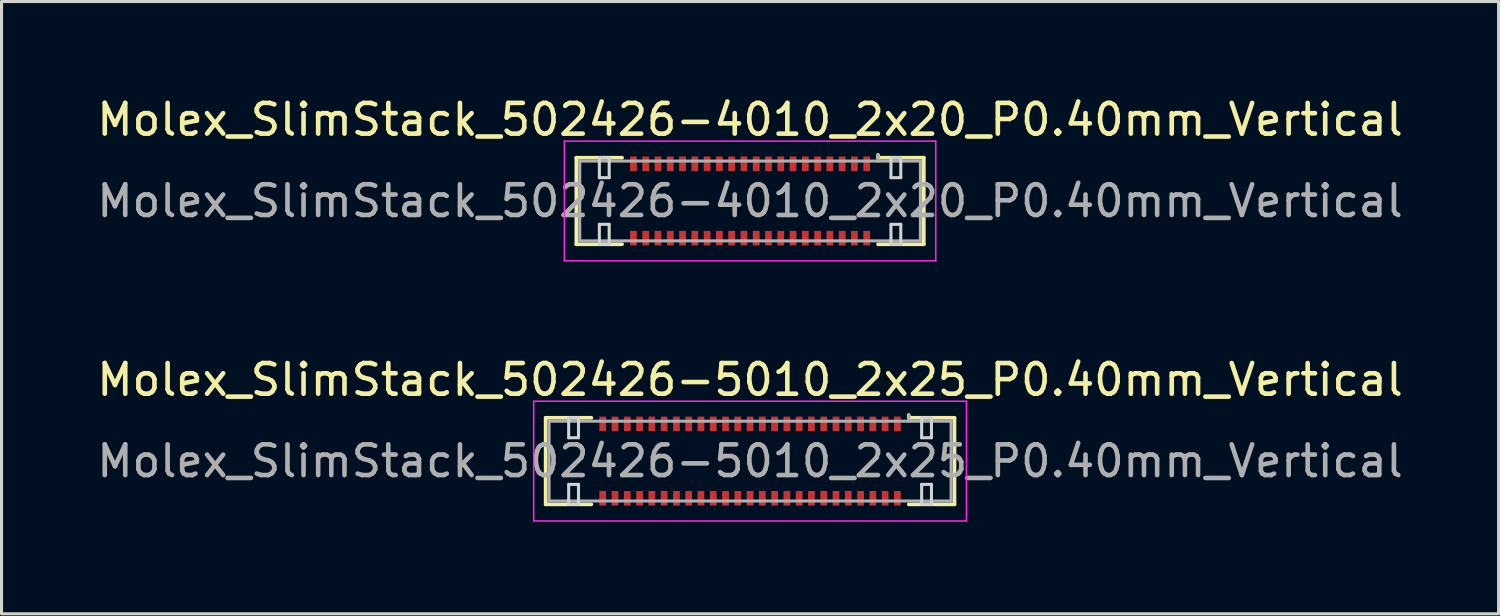
<source format=kicad_pcb>
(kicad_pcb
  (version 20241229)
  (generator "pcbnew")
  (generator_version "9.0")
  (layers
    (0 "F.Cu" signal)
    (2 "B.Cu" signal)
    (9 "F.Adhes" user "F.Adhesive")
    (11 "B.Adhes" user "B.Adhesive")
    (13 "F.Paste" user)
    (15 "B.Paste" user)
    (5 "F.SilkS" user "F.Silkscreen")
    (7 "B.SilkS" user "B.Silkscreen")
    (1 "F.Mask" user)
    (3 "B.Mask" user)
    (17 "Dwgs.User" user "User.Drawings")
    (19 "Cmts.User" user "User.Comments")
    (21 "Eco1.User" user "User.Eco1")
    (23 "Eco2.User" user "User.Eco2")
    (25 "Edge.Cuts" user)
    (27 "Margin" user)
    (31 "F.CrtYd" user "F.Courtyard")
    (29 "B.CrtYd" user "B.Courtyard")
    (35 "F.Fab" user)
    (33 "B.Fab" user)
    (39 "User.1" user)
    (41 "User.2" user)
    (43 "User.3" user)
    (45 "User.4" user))
  (footprint "Molex_SlimStack_502426-5010_2x25_P0.40mm_Vertical"
    (layer "F.Cu")
    (at 21.387 11.972)
    (property "Reference" "Molex_SlimStack_502426-5010_2x25_P0.40mm_Vertical" (at 0 -2.65 0) (layer "F.SilkS") (effects (font (size 1 1) (thickness 0.15))))
    (attr smd)
    (fp_line (start -6.66 -1.41) (end -5.17 -1.41) (stroke (width 0.12) (type solid)) (layer "F.SilkS"))
    (fp_line (start -6.66 1.41) (end -6.66 -1.41) (stroke (width 0.12) (type solid)) (layer "F.SilkS"))
    (fp_line (start -5.17 1.41) (end -6.66 1.41) (stroke (width 0.12) (type solid)) (layer "F.SilkS"))
    (fp_line (start 5.17 -1.41) (end 5.17 -1.5) (stroke (width 0.12) (type solid)) (layer "F.SilkS"))
    (fp_line (start 5.17 1.41) (end 6.66 1.41) (stroke (width 0.12) (type solid)) (layer "F.SilkS"))
    (fp_line (start 6.66 -1.41) (end 5.17 -1.41) (stroke (width 0.12) (type solid)) (layer "F.SilkS"))
    (fp_line (start 6.66 1.41) (end 6.66 -1.41) (stroke (width 0.12) (type solid)) (layer "F.SilkS"))
    (fp_line (start -5.91 -1.41) (end -5.91 -0.76) (stroke (width 0.1) (type solid)) (layer "Edge.Cuts"))
    (fp_line (start -5.91 -0.76) (end -5.59 -0.76) (stroke (width 0.1) (type solid)) (layer "Edge.Cuts"))
    (fp_line (start -5.91 0.76) (end -5.91 1.41) (stroke (width 0.1) (type solid)) (layer "Edge.Cuts"))
    (fp_line (start -5.91 1.41) (end -5.59 1.41) (stroke (width 0.1) (type solid)) (layer "Edge.Cuts"))
    (fp_line (start -5.59 -1.41) (end -5.91 -1.41) (stroke (width 0.1) (type solid)) (layer "Edge.Cuts"))
    (fp_line (start -5.59 -0.76) (end -5.59 -1.41) (stroke (width 0.1) (type solid)) (layer "Edge.Cuts"))
    (fp_line (start -5.59 0.76) (end -5.91 0.76) (stroke (width 0.1) (type solid)) (layer "Edge.Cuts"))
    (fp_line (start -5.59 1.41) (end -5.59 0.76) (stroke (width 0.1) (type solid)) (layer "Edge.Cuts"))
    (fp_line (start 5.59 -1.41) (end 5.59 -0.76) (stroke (width 0.1) (type solid)) (layer "Edge.Cuts"))
    (fp_line (start 5.59 -0.76) (end 5.91 -0.76) (stroke (width 0.1) (type solid)) (layer "Edge.Cuts"))
    (fp_line (start 5.59 0.76) (end 5.59 1.41) (stroke (width 0.1) (type solid)) (layer "Edge.Cuts"))
    (fp_line (start 5.59 1.41) (end 5.91 1.41) (stroke (width 0.1) (type solid)) (layer "Edge.Cuts"))
    (fp_line (start 5.91 -1.41) (end 5.59 -1.41) (stroke (width 0.1) (type solid)) (layer "Edge.Cuts"))
    (fp_line (start 5.91 -0.76) (end 5.91 -1.41) (stroke (width 0.1) (type solid)) (layer "Edge.Cuts"))
    (fp_line (start 5.91 0.76) (end 5.59 0.76) (stroke (width 0.1) (type solid)) (layer "Edge.Cuts"))
    (fp_line (start 5.91 1.41) (end 5.91 0.76) (stroke (width 0.1) (type solid)) (layer "Edge.Cuts"))
    (fp_line (start -7.05 -1.95) (end -7.05 1.95) (stroke (width 0.05) (type solid)) (layer "F.CrtYd"))
    (fp_line (start -7.05 1.95) (end 7.05 1.95) (stroke (width 0.05) (type solid)) (layer "F.CrtYd"))
    (fp_line (start 7.05 -1.95) (end -7.05 -1.95) (stroke (width 0.05) (type solid)) (layer "F.CrtYd"))
    (fp_line (start 7.05 1.95) (end 7.05 -1.95) (stroke (width 0.05) (type solid)) (layer "F.CrtYd"))
    (fp_line (start -6.55 -1.3) (end -6.55 1.3) (stroke (width 0.1) (type solid)) (layer "F.Fab"))
    (fp_line (start -6.55 1.3) (end 6.55 1.3) (stroke (width 0.1) (type solid)) (layer "F.Fab"))
    (fp_line (start 5.17 -1.3) (end 5.17 -1.5) (stroke (width 0.1) (type solid)) (layer "F.Fab"))
    (fp_line (start 6.55 -1.3) (end -6.55 -1.3) (stroke (width 0.1) (type solid)) (layer "F.Fab"))
    (fp_line (start 6.55 1.3) (end 6.55 -1.3) (stroke (width 0.1) (type solid)) (layer "F.Fab"))
    (fp_text user "${REFERENCE}" (at 0 0 0) (layer "F.Fab") (effects (font (size 1 1) (thickness 0.15))))
    (pad "1" smd rect (at 4.8 -1.212) (size 0.22 0.475) (layers "F.Cu" "F.Mask" "F.Paste"))
    (pad "2" smd rect (at 4.8 1.212) (size 0.22 0.475) (layers "F.Cu" "F.Mask" "F.Paste"))
    (pad "3" smd rect (at 4.4 -1.212) (size 0.22 0.475) (layers "F.Cu" "F.Mask" "F.Paste"))
    (pad "4" smd rect (at 4.4 1.212) (size 0.22 0.475) (layers "F.Cu" "F.Mask" "F.Paste"))
    (pad "5" smd rect (at 4 -1.212) (size 0.22 0.475) (layers "F.Cu" "F.Mask" "F.Paste"))
    (pad "6" smd rect (at 4 1.212) (size 0.22 0.475) (layers "F.Cu" "F.Mask" "F.Paste"))
    (pad "7" smd rect (at 3.6 -1.212) (size 0.22 0.475) (layers "F.Cu" "F.Mask" "F.Paste"))
    (pad "8" smd rect (at 3.6 1.212) (size 0.22 0.475) (layers "F.Cu" "F.Mask" "F.Paste"))
    (pad "9" smd rect (at 3.2 -1.212) (size 0.22 0.475) (layers "F.Cu" "F.Mask" "F.Paste"))
    (pad "10" smd rect (at 3.2 1.212) (size 0.22 0.475) (layers "F.Cu" "F.Mask" "F.Paste"))
    (pad "11" smd rect (at 2.8 -1.212) (size 0.22 0.475) (layers "F.Cu" "F.Mask" "F.Paste"))
    (pad "12" smd rect (at 2.8 1.212) (size 0.22 0.475) (layers "F.Cu" "F.Mask" "F.Paste"))
    (pad "13" smd rect (at 2.4 -1.212) (size 0.22 0.475) (layers "F.Cu" "F.Mask" "F.Paste"))
    (pad "14" smd rect (at 2.4 1.212) (size 0.22 0.475) (layers "F.Cu" "F.Mask" "F.Paste"))
    (pad "15" smd rect (at 2 -1.212) (size 0.22 0.475) (layers "F.Cu" "F.Mask" "F.Paste"))
    (pad "16" smd rect (at 2 1.212) (size 0.22 0.475) (layers "F.Cu" "F.Mask" "F.Paste"))
    (pad "17" smd rect (at 1.6 -1.212) (size 0.22 0.475) (layers "F.Cu" "F.Mask" "F.Paste"))
    (pad "18" smd rect (at 1.6 1.212) (size 0.22 0.475) (layers "F.Cu" "F.Mask" "F.Paste"))
    (pad "19" smd rect (at 1.2 -1.212) (size 0.22 0.475) (layers "F.Cu" "F.Mask" "F.Paste"))
    (pad "20" smd rect (at 1.2 1.212) (size 0.22 0.475) (layers "F.Cu" "F.Mask" "F.Paste"))
    (pad "21" smd rect (at 0.8 -1.212) (size 0.22 0.475) (layers "F.Cu" "F.Mask" "F.Paste"))
    (pad "22" smd rect (at 0.8 1.212) (size 0.22 0.475) (layers "F.Cu" "F.Mask" "F.Paste"))
    (pad "23" smd rect (at 0.4 -1.212) (size 0.22 0.475) (layers "F.Cu" "F.Mask" "F.Paste"))
    (pad "24" smd rect (at 0.4 1.212) (size 0.22 0.475) (layers "F.Cu" "F.Mask" "F.Paste"))
    (pad "25" smd rect (at 0 -1.212) (size 0.22 0.475) (layers "F.Cu" "F.Mask" "F.Paste"))
    (pad "26" smd rect (at 0 1.212) (size 0.22 0.475) (layers "F.Cu" "F.Mask" "F.Paste"))
    (pad "27" smd rect (at -0.4 -1.212) (size 0.22 0.475) (layers "F.Cu" "F.Mask" "F.Paste"))
    (pad "28" smd rect (at -0.4 1.212) (size 0.22 0.475) (layers "F.Cu" "F.Mask" "F.Paste"))
    (pad "29" smd rect (at -0.8 -1.212) (size 0.22 0.475) (layers "F.Cu" "F.Mask" "F.Paste"))
    (pad "30" smd rect (at -0.8 1.212) (size 0.22 0.475) (layers "F.Cu" "F.Mask" "F.Paste"))
    (pad "31" smd rect (at -1.2 -1.212) (size 0.22 0.475) (layers "F.Cu" "F.Mask" "F.Paste"))
    (pad "32" smd rect (at -1.2 1.212) (size 0.22 0.475) (layers "F.Cu" "F.Mask" "F.Paste"))
    (pad "33" smd rect (at -1.6 -1.212) (size 0.22 0.475) (layers "F.Cu" "F.Mask" "F.Paste"))
    (pad "34" smd rect (at -1.6 1.212) (size 0.22 0.475) (layers "F.Cu" "F.Mask" "F.Paste"))
    (pad "35" smd rect (at -2 -1.212) (size 0.22 0.475) (layers "F.Cu" "F.Mask" "F.Paste"))
    (pad "36" smd rect (at -2 1.212) (size 0.22 0.475) (layers "F.Cu" "F.Mask" "F.Paste"))
    (pad "37" smd rect (at -2.4 -1.212) (size 0.22 0.475) (layers "F.Cu" "F.Mask" "F.Paste"))
    (pad "38" smd rect (at -2.4 1.212) (size 0.22 0.475) (layers "F.Cu" "F.Mask" "F.Paste"))
    (pad "39" smd rect (at -2.8 -1.212) (size 0.22 0.475) (layers "F.Cu" "F.Mask" "F.Paste"))
    (pad "40" smd rect (at -2.8 1.212) (size 0.22 0.475) (layers "F.Cu" "F.Mask" "F.Paste"))
    (pad "41" smd rect (at -3.2 -1.212) (size 0.22 0.475) (layers "F.Cu" "F.Mask" "F.Paste"))
    (pad "42" smd rect (at -3.2 1.212) (size 0.22 0.475) (layers "F.Cu" "F.Mask" "F.Paste"))
    (pad "43" smd rect (at -3.6 -1.212) (size 0.22 0.475) (layers "F.Cu" "F.Mask" "F.Paste"))
    (pad "44" smd rect (at -3.6 1.212) (size 0.22 0.475) (layers "F.Cu" "F.Mask" "F.Paste"))
    (pad "45" smd rect (at -4 -1.212) (size 0.22 0.475) (layers "F.Cu" "F.Mask" "F.Paste"))
    (pad "46" smd rect (at -4 1.212) (size 0.22 0.475) (layers "F.Cu" "F.Mask" "F.Paste"))
    (pad "47" smd rect (at -4.4 -1.212) (size 0.22 0.475) (layers "F.Cu" "F.Mask" "F.Paste"))
    (pad "48" smd rect (at -4.4 1.212) (size 0.22 0.475) (layers "F.Cu" "F.Mask" "F.Paste"))
    (pad "49" smd rect (at -4.8 -1.212) (size 0.22 0.475) (layers "F.Cu" "F.Mask" "F.Paste"))
    (pad "50" smd rect (at -4.8 1.212) (size 0.22 0.475) (layers "F.Cu" "F.Mask" "F.Paste")))
  (footprint "Molex_SlimStack_502426-4010_2x20_P0.40mm_Vertical"
    (layer "F.Cu")
    (at 21.387 3.498)
    (property "Reference" "Molex_SlimStack_502426-4010_2x20_P0.40mm_Vertical" (at 0 -2.65 0) (layer "F.SilkS") (effects (font (size 1 1) (thickness 0.15))))
    (attr smd)
    (fp_line (start -5.66 -1.41) (end -4.17 -1.41) (stroke (width 0.12) (type solid)) (layer "F.SilkS"))
    (fp_line (start -5.66 1.41) (end -5.66 -1.41) (stroke (width 0.12) (type solid)) (layer "F.SilkS"))
    (fp_line (start -4.17 1.41) (end -5.66 1.41) (stroke (width 0.12) (type solid)) (layer "F.SilkS"))
    (fp_line (start 4.17 -1.41) (end 4.17 -1.5) (stroke (width 0.12) (type solid)) (layer "F.SilkS"))
    (fp_line (start 4.17 1.41) (end 5.66 1.41) (stroke (width 0.12) (type solid)) (layer "F.SilkS"))
    (fp_line (start 5.66 -1.41) (end 4.17 -1.41) (stroke (width 0.12) (type solid)) (layer "F.SilkS"))
    (fp_line (start 5.66 1.41) (end 5.66 -1.41) (stroke (width 0.12) (type solid)) (layer "F.SilkS"))
    (fp_line (start -4.91 -1.41) (end -4.91 -0.76) (stroke (width 0.1) (type solid)) (layer "Edge.Cuts"))
    (fp_line (start -4.91 -0.76) (end -4.59 -0.76) (stroke (width 0.1) (type solid)) (layer "Edge.Cuts"))
    (fp_line (start -4.91 0.76) (end -4.91 1.41) (stroke (width 0.1) (type solid)) (layer "Edge.Cuts"))
    (fp_line (start -4.91 1.41) (end -4.59 1.41) (stroke (width 0.1) (type solid)) (layer "Edge.Cuts"))
    (fp_line (start -4.59 -1.41) (end -4.91 -1.41) (stroke (width 0.1) (type solid)) (layer "Edge.Cuts"))
    (fp_line (start -4.59 -0.76) (end -4.59 -1.41) (stroke (width 0.1) (type solid)) (layer "Edge.Cuts"))
    (fp_line (start -4.59 0.76) (end -4.91 0.76) (stroke (width 0.1) (type solid)) (layer "Edge.Cuts"))
    (fp_line (start -4.59 1.41) (end -4.59 0.76) (stroke (width 0.1) (type solid)) (layer "Edge.Cuts"))
    (fp_line (start 4.59 -1.41) (end 4.59 -0.76) (stroke (width 0.1) (type solid)) (layer "Edge.Cuts"))
    (fp_line (start 4.59 -0.76) (end 4.91 -0.76) (stroke (width 0.1) (type solid)) (layer "Edge.Cuts"))
    (fp_line (start 4.59 0.76) (end 4.59 1.41) (stroke (width 0.1) (type solid)) (layer "Edge.Cuts"))
    (fp_line (start 4.59 1.41) (end 4.91 1.41) (stroke (width 0.1) (type solid)) (layer "Edge.Cuts"))
    (fp_line (start 4.91 -1.41) (end 4.59 -1.41) (stroke (width 0.1) (type solid)) (layer "Edge.Cuts"))
    (fp_line (start 4.91 -0.76) (end 4.91 -1.41) (stroke (width 0.1) (type solid)) (layer "Edge.Cuts"))
    (fp_line (start 4.91 0.76) (end 4.59 0.76) (stroke (width 0.1) (type solid)) (layer "Edge.Cuts"))
    (fp_line (start 4.91 1.41) (end 4.91 0.76) (stroke (width 0.1) (type solid)) (layer "Edge.Cuts"))
    (fp_line (start -6.05 -1.95) (end -6.05 1.95) (stroke (width 0.05) (type solid)) (layer "F.CrtYd"))
    (fp_line (start -6.05 1.95) (end 6.05 1.95) (stroke (width 0.05) (type solid)) (layer "F.CrtYd"))
    (fp_line (start 6.05 -1.95) (end -6.05 -1.95) (stroke (width 0.05) (type solid)) (layer "F.CrtYd"))
    (fp_line (start 6.05 1.95) (end 6.05 -1.95) (stroke (width 0.05) (type solid)) (layer "F.CrtYd"))
    (fp_line (start -5.55 -1.3) (end -5.55 1.3) (stroke (width 0.1) (type solid)) (layer "F.Fab"))
    (fp_line (start -5.55 1.3) (end 5.55 1.3) (stroke (width 0.1) (type solid)) (layer "F.Fab"))
    (fp_line (start 4.17 -1.3) (end 4.17 -1.5) (stroke (width 0.1) (type solid)) (layer "F.Fab"))
    (fp_line (start 5.55 -1.3) (end -5.55 -1.3) (stroke (width 0.1) (type solid)) (layer "F.Fab"))
    (fp_line (start 5.55 1.3) (end 5.55 -1.3) (stroke (width 0.1) (type solid)) (layer "F.Fab"))
    (fp_text user "${REFERENCE}" (at 0 0 0) (layer "F.Fab") (effects (font (size 1 1) (thickness 0.15))))
    (pad "1" smd rect (at 3.8 -1.212) (size 0.22 0.475) (layers "F.Cu" "F.Mask" "F.Paste"))
    (pad "2" smd rect (at 3.8 1.212) (size 0.22 0.475) (layers "F.Cu" "F.Mask" "F.Paste"))
    (pad "3" smd rect (at 3.4 -1.212) (size 0.22 0.475) (layers "F.Cu" "F.Mask" "F.Paste"))
    (pad "4" smd rect (at 3.4 1.212) (size 0.22 0.475) (layers "F.Cu" "F.Mask" "F.Paste"))
    (pad "5" smd rect (at 3 -1.212) (size 0.22 0.475) (layers "F.Cu" "F.Mask" "F.Paste"))
    (pad "6" smd rect (at 3 1.212) (size 0.22 0.475) (layers "F.Cu" "F.Mask" "F.Paste"))
    (pad "7" smd rect (at 2.6 -1.212) (size 0.22 0.475) (layers "F.Cu" "F.Mask" "F.Paste"))
    (pad "8" smd rect (at 2.6 1.212) (size 0.22 0.475) (layers "F.Cu" "F.Mask" "F.Paste"))
    (pad "9" smd rect (at 2.2 -1.212) (size 0.22 0.475) (layers "F.Cu" "F.Mask" "F.Paste"))
    (pad "10" smd rect (at 2.2 1.212) (size 0.22 0.475) (layers "F.Cu" "F.Mask" "F.Paste"))
    (pad "11" smd rect (at 1.8 -1.212) (size 0.22 0.475) (layers "F.Cu" "F.Mask" "F.Paste"))
    (pad "12" smd rect (at 1.8 1.212) (size 0.22 0.475) (layers "F.Cu" "F.Mask" "F.Paste"))
    (pad "13" smd rect (at 1.4 -1.212) (size 0.22 0.475) (layers "F.Cu" "F.Mask" "F.Paste"))
    (pad "14" smd rect (at 1.4 1.212) (size 0.22 0.475) (layers "F.Cu" "F.Mask" "F.Paste"))
    (pad "15" smd rect (at 1 -1.212) (size 0.22 0.475) (layers "F.Cu" "F.Mask" "F.Paste"))
    (pad "16" smd rect (at 1 1.212) (size 0.22 0.475) (layers "F.Cu" "F.Mask" "F.Paste"))
    (pad "17" smd rect (at 0.6 -1.212) (size 0.22 0.475) (layers "F.Cu" "F.Mask" "F.Paste"))
    (pad "18" smd rect (at 0.6 1.212) (size 0.22 0.475) (layers "F.Cu" "F.Mask" "F.Paste"))
    (pad "19" smd rect (at 0.2 -1.212) (size 0.22 0.475) (layers "F.Cu" "F.Mask" "F.Paste"))
    (pad "20" smd rect (at 0.2 1.212) (size 0.22 0.475) (layers "F.Cu" "F.Mask" "F.Paste"))
    (pad "21" smd rect (at -0.2 -1.212) (size 0.22 0.475) (layers "F.Cu" "F.Mask" "F.Paste"))
    (pad "22" smd rect (at -0.2 1.212) (size 0.22 0.475) (layers "F.Cu" "F.Mask" "F.Paste"))
    (pad "23" smd rect (at -0.6 -1.212) (size 0.22 0.475) (layers "F.Cu" "F.Mask" "F.Paste"))
    (pad "24" smd rect (at -0.6 1.212) (size 0.22 0.475) (layers "F.Cu" "F.Mask" "F.Paste"))
    (pad "25" smd rect (at -1 -1.212) (size 0.22 0.475) (layers "F.Cu" "F.Mask" "F.Paste"))
    (pad "26" smd rect (at -1 1.212) (size 0.22 0.475) (layers "F.Cu" "F.Mask" "F.Paste"))
    (pad "27" smd rect (at -1.4 -1.212) (size 0.22 0.475) (layers "F.Cu" "F.Mask" "F.Paste"))
    (pad "28" smd rect (at -1.4 1.212) (size 0.22 0.475) (layers "F.Cu" "F.Mask" "F.Paste"))
    (pad "29" smd rect (at -1.8 -1.212) (size 0.22 0.475) (layers "F.Cu" "F.Mask" "F.Paste"))
    (pad "30" smd rect (at -1.8 1.212) (size 0.22 0.475) (layers "F.Cu" "F.Mask" "F.Paste"))
    (pad "31" smd rect (at -2.2 -1.212) (size 0.22 0.475) (layers "F.Cu" "F.Mask" "F.Paste"))
    (pad "32" smd rect (at -2.2 1.212) (size 0.22 0.475) (layers "F.Cu" "F.Mask" "F.Paste"))
    (pad "33" smd rect (at -2.6 -1.212) (size 0.22 0.475) (layers "F.Cu" "F.Mask" "F.Paste"))
    (pad "34" smd rect (at -2.6 1.212) (size 0.22 0.475) (layers "F.Cu" "F.Mask" "F.Paste"))
    (pad "35" smd rect (at -3 -1.212) (size 0.22 0.475) (layers "F.Cu" "F.Mask" "F.Paste"))
    (pad "36" smd rect (at -3 1.212) (size 0.22 0.475) (layers "F.Cu" "F.Mask" "F.Paste"))
    (pad "37" smd rect (at -3.4 -1.212) (size 0.22 0.475) (layers "F.Cu" "F.Mask" "F.Paste"))
    (pad "38" smd rect (at -3.4 1.212) (size 0.22 0.475) (layers "F.Cu" "F.Mask" "F.Paste"))
    (pad "39" smd rect (at -3.8 -1.212) (size 0.22 0.475) (layers "F.Cu" "F.Mask" "F.Paste"))
    (pad "40" smd rect (at -3.8 1.212) (size 0.22 0.475) (layers "F.Cu" "F.Mask" "F.Paste")))
  (gr_rect
    (start -3 -3)
    (end 45.774 16.947)
    (stroke (width 0.1) (type default))
    (fill no)
    (layer "Edge.Cuts")))
</source>
